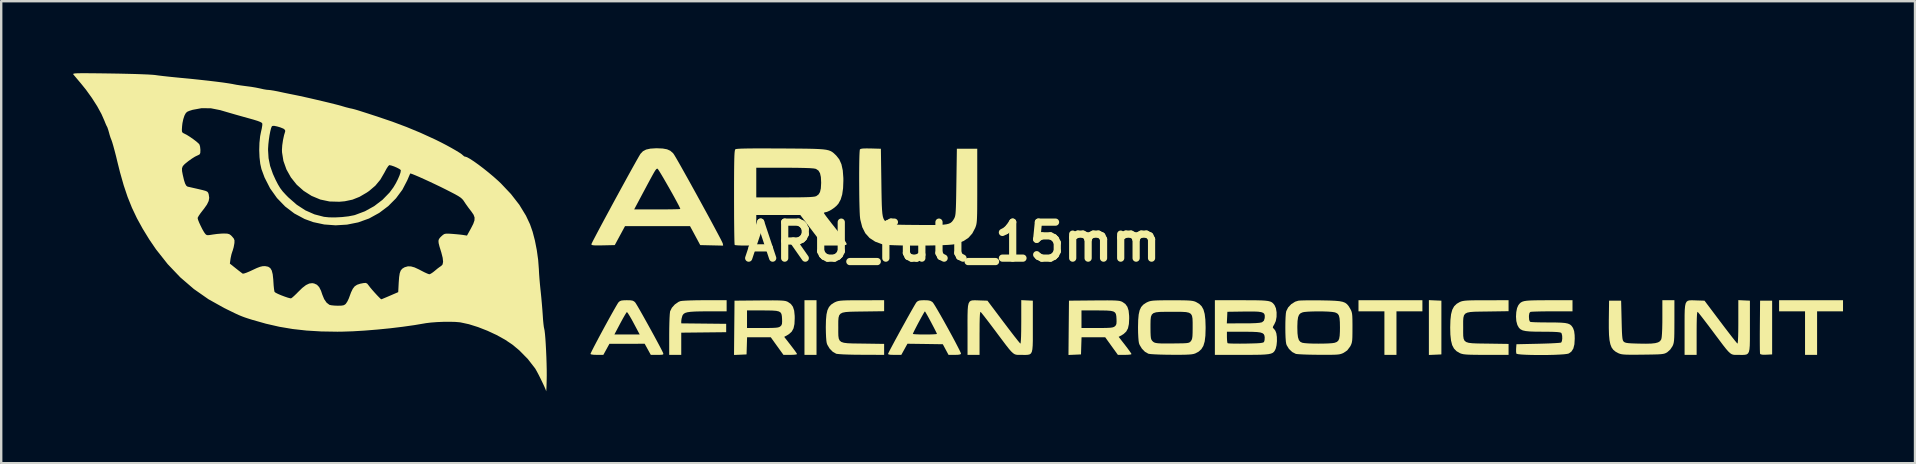
<source format=kicad_pcb>
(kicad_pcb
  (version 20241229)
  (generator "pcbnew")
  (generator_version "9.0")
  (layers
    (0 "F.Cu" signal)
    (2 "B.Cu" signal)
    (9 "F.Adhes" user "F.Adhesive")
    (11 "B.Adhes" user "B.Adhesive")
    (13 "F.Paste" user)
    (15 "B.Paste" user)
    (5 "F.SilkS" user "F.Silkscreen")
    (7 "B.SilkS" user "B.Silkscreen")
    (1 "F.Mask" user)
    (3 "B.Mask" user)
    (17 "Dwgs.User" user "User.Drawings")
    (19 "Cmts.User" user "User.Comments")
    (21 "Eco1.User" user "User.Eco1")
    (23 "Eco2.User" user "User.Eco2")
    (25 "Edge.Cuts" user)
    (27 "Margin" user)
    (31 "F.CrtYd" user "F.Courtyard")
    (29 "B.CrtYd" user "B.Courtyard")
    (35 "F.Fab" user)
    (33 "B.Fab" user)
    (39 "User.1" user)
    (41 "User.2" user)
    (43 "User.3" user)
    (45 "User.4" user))
  (footprint "ARU_full_15mm"
    (layer "F.Cu")
    (at 36.645 7.027)
    (property "Reference" "ARU_full_15mm" (at 0 0 0) (layer "F.SilkS") (effects (font (size 1.5 1.5) (thickness 0.3))))
    (attr board_only exclude_from_pos_files exclude_from_bom)
    (fp_poly (pts (xy -5.674 3.571) (xy -5.674 4.709) (xy -5.925 4.709) (xy -6.176 4.709) (xy -6.176 3.571) (xy -6.176 2.432) (xy -5.925 2.432) (xy -5.674 2.432)) (stroke (width 0) (type solid)) (fill yes) (layer "F.SilkS"))
    (fp_poly (pts (xy 20.102 2.44) (xy 20.362 2.451) (xy 20.362 3.571) (xy 20.362 4.69) (xy 20.102 4.702) (xy 19.841 4.713) (xy 19.841 3.571) (xy 19.841 2.428)) (stroke (width 0) (type solid)) (fill yes) (layer "F.SilkS"))
    (fp_poly (pts (xy 19.571 2.664) (xy 19.571 2.895) (xy 19.031 2.895) (xy 18.49 2.895) (xy 18.49 3.802) (xy 18.49 4.709) (xy 18.239 4.709) (xy 17.988 4.709) (xy 17.988 3.802) (xy 17.988 2.895) (xy 17.448 2.895) (xy 16.908 2.895) (xy 16.908 2.664) (xy 16.908 2.432) (xy 18.239 2.432) (xy 19.571 2.432)) (stroke (width 0) (type solid)) (fill yes) (layer "F.SilkS"))
    (fp_poly (pts (xy 34.143 3.571) (xy 34.143 4.69) (xy 33.902 4.702) (xy 33.752 4.703) (xy 33.667 4.687) (xy 33.64 4.663) (xy 33.636 4.612) (xy 33.632 4.495) (xy 33.63 4.321) (xy 33.629 4.101) (xy 33.629 3.846) (xy 33.631 3.565) (xy 33.631 3.532) (xy 33.641 2.451) (xy 33.892 2.451) (xy 34.143 2.451)) (stroke (width 0) (type solid)) (fill yes) (layer "F.SilkS"))
    (fp_poly (pts (xy 37.096 2.664) (xy 37.096 2.895) (xy 36.556 2.895) (xy 36.016 2.895) (xy 36.016 3.802) (xy 36.016 4.709) (xy 35.765 4.709) (xy 35.514 4.709) (xy 35.514 3.802) (xy 35.514 2.895) (xy 34.973 2.895) (xy 34.433 2.895) (xy 34.433 2.664) (xy 34.433 2.432) (xy 35.765 2.432) (xy 37.096 2.432)) (stroke (width 0) (type solid)) (fill yes) (layer "F.SilkS"))
    (fp_poly (pts (xy -9.419 2.664) (xy -9.419 2.895) (xy -10.181 2.895) (xy -10.493 2.897) (xy -10.737 2.903) (xy -10.922 2.915) (xy -11.057 2.934) (xy -11.151 2.963) (xy -11.212 3.003) (xy -11.252 3.055) (xy -11.268 3.095) (xy -11.299 3.209) (xy -11.31 3.306) (xy -11.31 3.396) (xy -10.374 3.406) (xy -9.438 3.416) (xy -9.438 3.59) (xy -9.438 3.764) (xy -10.374 3.774) (xy -11.31 3.784) (xy -11.31 4.247) (xy -11.31 4.709) (xy -11.561 4.709) (xy -11.812 4.709) (xy -11.812 3.87) (xy -11.81 3.614) (xy -11.805 3.377) (xy -11.798 3.171) (xy -11.788 3.011) (xy -11.777 2.911) (xy -11.774 2.893) (xy -11.7 2.745) (xy -11.576 2.607) (xy -11.428 2.503) (xy -11.347 2.47) (xy -11.271 2.459) (xy -11.13 2.449) (xy -10.939 2.441) (xy -10.708 2.435) (xy -10.453 2.432) (xy -10.317 2.432) (xy -9.419 2.432)) (stroke (width 0) (type solid)) (fill yes) (layer "F.SilkS"))
    (fp_poly (pts (xy 23.161 2.66) (xy 23.161 2.889) (xy 22.289 2.902) (xy 21.982 2.906) (xy 21.744 2.911) (xy 21.565 2.924) (xy 21.438 2.95) (xy 21.353 2.995) (xy 21.303 3.064) (xy 21.278 3.163) (xy 21.269 3.297) (xy 21.269 3.472) (xy 21.27 3.571) (xy 21.269 3.768) (xy 21.272 3.921) (xy 21.288 4.035) (xy 21.326 4.118) (xy 21.393 4.173) (xy 21.5 4.207) (xy 21.653 4.225) (xy 21.862 4.234) (xy 22.136 4.238) (xy 22.289 4.24) (xy 23.161 4.253) (xy 23.161 4.481) (xy 23.161 4.709) (xy 22.225 4.709) (xy 21.925 4.708) (xy 21.692 4.705) (xy 21.515 4.701) (xy 21.383 4.693) (xy 21.286 4.682) (xy 21.213 4.666) (xy 21.153 4.646) (xy 21.131 4.636) (xy 20.992 4.555) (xy 20.887 4.446) (xy 20.811 4.302) (xy 20.763 4.11) (xy 20.736 3.863) (xy 20.729 3.571) (xy 20.738 3.261) (xy 20.765 3.017) (xy 20.815 2.829) (xy 20.892 2.687) (xy 21 2.581) (xy 21.131 2.505) (xy 21.189 2.482) (xy 21.256 2.465) (xy 21.343 2.452) (xy 21.46 2.443) (xy 21.619 2.437) (xy 21.829 2.434) (xy 22.102 2.433) (xy 22.225 2.433) (xy 23.161 2.432)) (stroke (width 0) (type solid)) (fill yes) (layer "F.SilkS"))
    (fp_poly (pts (xy -2.857 2.661) (xy -2.857 2.89) (xy -3.724 2.902) (xy -4.035 2.906) (xy -4.277 2.912) (xy -4.459 2.925) (xy -4.59 2.951) (xy -4.677 2.996) (xy -4.73 3.064) (xy -4.757 3.161) (xy -4.767 3.293) (xy -4.768 3.465) (xy -4.767 3.571) (xy -4.768 3.765) (xy -4.764 3.917) (xy -4.747 4.032) (xy -4.708 4.114) (xy -4.64 4.17) (xy -4.532 4.205) (xy -4.378 4.224) (xy -4.168 4.233) (xy -3.893 4.237) (xy -3.724 4.239) (xy -2.857 4.252) (xy -2.857 4.48) (xy -2.857 4.709) (xy -3.793 4.705) (xy -4.078 4.703) (xy -4.336 4.697) (xy -4.555 4.689) (xy -4.723 4.678) (xy -4.83 4.667) (xy -4.855 4.661) (xy -4.996 4.582) (xy -5.126 4.45) (xy -5.222 4.291) (xy -5.248 4.218) (xy -5.263 4.125) (xy -5.275 3.974) (xy -5.283 3.786) (xy -5.287 3.579) (xy -5.287 3.551) (xy -5.28 3.256) (xy -5.259 3.026) (xy -5.219 2.85) (xy -5.156 2.717) (xy -5.067 2.616) (xy -4.945 2.535) (xy -4.883 2.505) (xy -4.826 2.482) (xy -4.76 2.465) (xy -4.673 2.452) (xy -4.554 2.443) (xy -4.395 2.437) (xy -4.183 2.434) (xy -3.908 2.433) (xy -3.793 2.433) (xy -2.857 2.432)) (stroke (width 0) (type solid)) (fill yes) (layer "F.SilkS"))
    (fp_poly (pts (xy -7.293 2.44) (xy -7.151 2.445) (xy -7.046 2.453) (xy -6.971 2.464) (xy -6.915 2.481) (xy -6.872 2.499) (xy -6.745 2.586) (xy -6.657 2.705) (xy -6.605 2.866) (xy -6.583 3.085) (xy -6.582 3.185) (xy -6.593 3.424) (xy -6.632 3.604) (xy -6.705 3.738) (xy -6.818 3.842) (xy -6.88 3.881) (xy -7.02 3.959) (xy -6.753 4.302) (xy -6.646 4.442) (xy -6.559 4.56) (xy -6.502 4.643) (xy -6.485 4.677) (xy -6.521 4.693) (xy -6.614 4.704) (xy -6.747 4.709) (xy -6.768 4.709) (xy -7.052 4.709) (xy -7.316 4.343) (xy -7.58 3.976) (xy -8.074 3.976) (xy -8.567 3.976) (xy -8.578 4.333) (xy -8.589 4.69) (xy -8.85 4.702) (xy -9.111 4.713) (xy -9.101 3.582) (xy -9.094 2.857) (xy -8.57 2.857) (xy -8.57 3.223) (xy -8.57 3.59) (xy -7.918 3.59) (xy -7.673 3.589) (xy -7.493 3.585) (xy -7.366 3.578) (xy -7.28 3.566) (xy -7.223 3.548) (xy -7.182 3.523) (xy -7.182 3.522) (xy -7.136 3.475) (xy -7.113 3.412) (xy -7.107 3.312) (xy -7.11 3.205) (xy -7.118 3.09) (xy -7.136 3.003) (xy -7.174 2.942) (xy -7.242 2.9) (xy -7.35 2.875) (xy -7.508 2.863) (xy -7.725 2.858) (xy -7.942 2.857) (xy -8.57 2.857) (xy -9.094 2.857) (xy -9.091 2.451) (xy -8.048 2.441) (xy -7.732 2.439) (xy -7.484 2.438)) (stroke (width 0) (type solid)) (fill yes) (layer "F.SilkS"))
    (fp_poly (pts (xy 6.642 2.44) (xy 6.785 2.445) (xy 6.889 2.453) (xy 6.964 2.464) (xy 7.02 2.481) (xy 7.063 2.499) (xy 7.191 2.586) (xy 7.278 2.705) (xy 7.33 2.866) (xy 7.352 3.085) (xy 7.354 3.185) (xy 7.342 3.424) (xy 7.303 3.604) (xy 7.23 3.738) (xy 7.118 3.842) (xy 7.055 3.881) (xy 6.915 3.959) (xy 7.183 4.302) (xy 7.29 4.442) (xy 7.376 4.56) (xy 7.433 4.643) (xy 7.45 4.677) (xy 7.415 4.693) (xy 7.321 4.704) (xy 7.189 4.709) (xy 7.167 4.709) (xy 6.883 4.709) (xy 6.619 4.343) (xy 6.355 3.976) (xy 5.862 3.976) (xy 5.369 3.976) (xy 5.357 4.333) (xy 5.346 4.69) (xy 5.085 4.702) (xy 4.824 4.713) (xy 4.834 3.582) (xy 4.841 2.857) (xy 5.366 2.857) (xy 5.366 3.223) (xy 5.366 3.59) (xy 6.018 3.59) (xy 6.263 3.589) (xy 6.442 3.585) (xy 6.569 3.578) (xy 6.655 3.566) (xy 6.712 3.548) (xy 6.753 3.523) (xy 6.753 3.522) (xy 6.799 3.475) (xy 6.822 3.412) (xy 6.828 3.312) (xy 6.825 3.205) (xy 6.817 3.09) (xy 6.799 3.003) (xy 6.761 2.942) (xy 6.693 2.9) (xy 6.585 2.875) (xy 6.427 2.863) (xy 6.21 2.858) (xy 5.993 2.857) (xy 5.366 2.857) (xy 4.841 2.857) (xy 4.845 2.451) (xy 5.887 2.441) (xy 6.203 2.439) (xy 6.451 2.438)) (stroke (width 0) (type solid)) (fill yes) (layer "F.SilkS"))
    (fp_poly (pts (xy 3.098 2.44) (xy 3.339 2.451) (xy 3.339 3.526) (xy 3.339 3.859) (xy 3.339 4.124) (xy 3.333 4.327) (xy 3.32 4.477) (xy 3.297 4.582) (xy 3.26 4.65) (xy 3.205 4.689) (xy 3.131 4.706) (xy 3.034 4.711) (xy 2.91 4.71) (xy 2.876 4.709) (xy 2.78 4.71) (xy 2.702 4.709) (xy 2.635 4.7) (xy 2.573 4.677) (xy 2.508 4.633) (xy 2.434 4.562) (xy 2.344 4.459) (xy 2.232 4.317) (xy 2.09 4.129) (xy 1.911 3.891) (xy 1.783 3.719) (xy 1.622 3.505) (xy 1.475 3.311) (xy 1.348 3.147) (xy 1.249 3.021) (xy 1.183 2.94) (xy 1.16 2.916) (xy 1.146 2.939) (xy 1.134 3.03) (xy 1.126 3.191) (xy 1.121 3.425) (xy 1.12 3.733) (xy 1.119 3.8) (xy 1.119 4.709) (xy 0.869 4.709) (xy 0.618 4.709) (xy 0.618 3.652) (xy 0.617 3.312) (xy 0.619 3.041) (xy 0.625 2.831) (xy 0.638 2.676) (xy 0.663 2.566) (xy 0.701 2.495) (xy 0.756 2.454) (xy 0.832 2.437) (xy 0.93 2.434) (xy 1.055 2.438) (xy 1.1 2.44) (xy 1.448 2.451) (xy 2.116 3.339) (xy 2.289 3.567) (xy 2.447 3.774) (xy 2.585 3.953) (xy 2.697 4.095) (xy 2.777 4.192) (xy 2.817 4.238) (xy 2.821 4.24) (xy 2.832 4.207) (xy 2.841 4.104) (xy 2.849 3.937) (xy 2.854 3.715) (xy 2.856 3.444) (xy 2.857 3.34) (xy 2.857 2.428)) (stroke (width 0) (type solid)) (fill yes) (layer "F.SilkS"))
    (fp_poly (pts (xy 32.976 2.44) (xy 33.217 2.451) (xy 33.217 3.526) (xy 33.217 3.859) (xy 33.216 4.124) (xy 33.211 4.327) (xy 33.198 4.477) (xy 33.175 4.582) (xy 33.137 4.65) (xy 33.083 4.689) (xy 33.009 4.706) (xy 32.911 4.711) (xy 32.788 4.71) (xy 32.753 4.709) (xy 32.658 4.71) (xy 32.58 4.709) (xy 32.513 4.7) (xy 32.451 4.677) (xy 32.386 4.633) (xy 32.312 4.562) (xy 32.222 4.459) (xy 32.11 4.317) (xy 31.968 4.129) (xy 31.789 3.891) (xy 31.661 3.719) (xy 31.5 3.505) (xy 31.352 3.311) (xy 31.226 3.147) (xy 31.127 3.021) (xy 31.061 2.94) (xy 31.038 2.916) (xy 31.023 2.939) (xy 31.012 3.03) (xy 31.004 3.191) (xy 30.999 3.425) (xy 30.997 3.733) (xy 30.997 3.8) (xy 30.997 4.709) (xy 30.746 4.709) (xy 30.495 4.709) (xy 30.495 3.652) (xy 30.495 3.312) (xy 30.496 3.041) (xy 30.502 2.831) (xy 30.516 2.676) (xy 30.54 2.566) (xy 30.579 2.495) (xy 30.634 2.454) (xy 30.709 2.437) (xy 30.808 2.434) (xy 30.933 2.438) (xy 30.978 2.44) (xy 31.325 2.451) (xy 31.994 3.339) (xy 32.166 3.567) (xy 32.325 3.774) (xy 32.463 3.953) (xy 32.575 4.095) (xy 32.655 4.192) (xy 32.695 4.238) (xy 32.698 4.24) (xy 32.71 4.207) (xy 32.719 4.104) (xy 32.727 3.937) (xy 32.732 3.715) (xy 32.734 3.444) (xy 32.734 3.34) (xy 32.734 2.428)) (stroke (width 0) (type solid)) (fill yes) (layer "F.SilkS"))
    (fp_poly (pts (xy -13.431 2.435) (xy -13.337 2.45) (xy -13.273 2.483) (xy -13.229 2.524) (xy -13.194 2.576) (xy -13.128 2.685) (xy -13.037 2.842) (xy -12.928 3.034) (xy -12.806 3.252) (xy -12.676 3.486) (xy -12.545 3.724) (xy -12.418 3.956) (xy -12.302 4.171) (xy -12.202 4.359) (xy -12.124 4.509) (xy -12.074 4.611) (xy -12.061 4.642) (xy -12.055 4.677) (xy -12.082 4.698) (xy -12.155 4.707) (xy -12.289 4.709) (xy -12.307 4.709) (xy -12.579 4.709) (xy -12.706 4.478) (xy -12.834 4.246) (xy -13.568 4.247) (xy -14.302 4.247) (xy -14.429 4.478) (xy -14.556 4.709) (xy -14.825 4.709) (xy -14.957 4.705) (xy -15.053 4.692) (xy -15.093 4.674) (xy -15.093 4.673) (xy -15.075 4.627) (xy -15.025 4.524) (xy -14.948 4.373) (xy -14.85 4.186) (xy -14.737 3.972) (xy -14.677 3.86) (xy -14.096 3.86) (xy -13.569 3.86) (xy -13.041 3.86) (xy -13.293 3.387) (xy -13.385 3.217) (xy -13.468 3.076) (xy -13.531 2.975) (xy -13.57 2.927) (xy -13.575 2.925) (xy -13.604 2.962) (xy -13.661 3.054) (xy -13.738 3.188) (xy -13.828 3.353) (xy -13.852 3.398) (xy -14.096 3.86) (xy -14.677 3.86) (xy -14.613 3.742) (xy -14.485 3.505) (xy -14.357 3.272) (xy -14.236 3.053) (xy -14.127 2.859) (xy -14.035 2.699) (xy -13.967 2.583) (xy -13.927 2.522) (xy -13.924 2.519) (xy -13.869 2.471) (xy -13.798 2.445) (xy -13.689 2.434) (xy -13.579 2.432)) (stroke (width 0) (type solid)) (fill yes) (layer "F.SilkS"))
    (fp_poly (pts (xy 30.071 3.308) (xy 30.07 3.593) (xy 30.068 3.813) (xy 30.064 3.978) (xy 30.056 4.1) (xy 30.044 4.19) (xy 30.028 4.259) (xy 30.005 4.318) (xy 29.991 4.348) (xy 29.896 4.489) (xy 29.774 4.599) (xy 29.769 4.602) (xy 29.719 4.63) (xy 29.668 4.652) (xy 29.602 4.668) (xy 29.513 4.68) (xy 29.388 4.688) (xy 29.217 4.693) (xy 28.989 4.697) (xy 28.758 4.7) (xy 28.472 4.703) (xy 28.253 4.703) (xy 28.087 4.701) (xy 27.966 4.694) (xy 27.876 4.683) (xy 27.808 4.667) (xy 27.749 4.645) (xy 27.732 4.638) (xy 27.616 4.574) (xy 27.524 4.497) (xy 27.453 4.398) (xy 27.402 4.267) (xy 27.367 4.096) (xy 27.346 3.876) (xy 27.338 3.598) (xy 27.338 3.254) (xy 27.339 3.203) (xy 27.349 2.451) (xy 27.6 2.451) (xy 27.851 2.451) (xy 27.871 3.27) (xy 27.878 3.547) (xy 27.885 3.756) (xy 27.894 3.909) (xy 27.905 4.016) (xy 27.919 4.086) (xy 27.938 4.131) (xy 27.959 4.158) (xy 27.997 4.185) (xy 28.055 4.206) (xy 28.147 4.22) (xy 28.285 4.23) (xy 28.482 4.237) (xy 28.596 4.24) (xy 28.886 4.244) (xy 29.109 4.238) (xy 29.274 4.22) (xy 29.391 4.188) (xy 29.468 4.141) (xy 29.515 4.076) (xy 29.527 4.047) (xy 29.542 3.965) (xy 29.554 3.817) (xy 29.563 3.615) (xy 29.568 3.37) (xy 29.569 3.179) (xy 29.569 2.432) (xy 29.82 2.432) (xy 30.071 2.432)) (stroke (width 0) (type solid)) (fill yes) (layer "F.SilkS"))
    (fp_poly (pts (xy -1.032 2.437) (xy -0.933 2.457) (xy -0.859 2.498) (xy -0.834 2.519) (xy -0.795 2.571) (xy -0.727 2.679) (xy -0.635 2.834) (xy -0.524 3.025) (xy -0.401 3.241) (xy -0.272 3.473) (xy -0.141 3.71) (xy -0.015 3.942) (xy 0.101 4.158) (xy 0.2 4.349) (xy 0.279 4.503) (xy 0.33 4.611) (xy 0.347 4.662) (xy 0.315 4.69) (xy 0.215 4.706) (xy 0.087 4.709) (xy -0.174 4.708) (xy -0.293 4.487) (xy -0.411 4.266) (xy -1.148 4.255) (xy -1.885 4.245) (xy -2.013 4.477) (xy -2.141 4.709) (xy -2.426 4.709) (xy -2.578 4.706) (xy -2.664 4.694) (xy -2.693 4.672) (xy -2.691 4.661) (xy -2.659 4.593) (xy -2.596 4.471) (xy -2.508 4.305) (xy -2.401 4.105) (xy -2.279 3.882) (xy -2.254 3.835) (xy -1.66 3.835) (xy -1.624 3.845) (xy -1.525 3.852) (xy -1.377 3.858) (xy -1.195 3.86) (xy -1.158 3.86) (xy -0.971 3.859) (xy -0.816 3.854) (xy -0.707 3.847) (xy -0.658 3.839) (xy -0.656 3.837) (xy -0.673 3.794) (xy -0.719 3.7) (xy -0.785 3.57) (xy -0.864 3.42) (xy -0.946 3.265) (xy -1.025 3.12) (xy -1.093 3) (xy -1.14 2.92) (xy -1.158 2.896) (xy -1.182 2.927) (xy -1.232 3.013) (xy -1.301 3.136) (xy -1.381 3.283) (xy -1.464 3.438) (xy -1.541 3.587) (xy -1.605 3.712) (xy -1.647 3.801) (xy -1.66 3.835) (xy -2.254 3.835) (xy -2.151 3.647) (xy -2.019 3.409) (xy -1.892 3.179) (xy -1.774 2.968) (xy -1.67 2.786) (xy -1.588 2.643) (xy -1.532 2.55) (xy -1.511 2.519) (xy -1.455 2.47) (xy -1.383 2.443) (xy -1.27 2.433) (xy -1.182 2.432)) (stroke (width 0) (type solid)) (fill yes) (layer "F.SilkS"))
    (fp_poly (pts (xy 25.825 2.664) (xy 25.825 2.895) (xy 24.979 2.895) (xy 24.728 2.896) (xy 24.501 2.899) (xy 24.31 2.904) (xy 24.167 2.909) (xy 24.085 2.916) (xy 24.071 2.919) (xy 24.03 2.963) (xy 24.012 3.062) (xy 24.01 3.127) (xy 24.02 3.255) (xy 24.05 3.322) (xy 24.071 3.335) (xy 24.128 3.342) (xy 24.249 3.349) (xy 24.419 3.354) (xy 24.627 3.357) (xy 24.845 3.358) (xy 25.132 3.36) (xy 25.351 3.367) (xy 25.516 3.381) (xy 25.635 3.406) (xy 25.721 3.444) (xy 25.783 3.497) (xy 25.833 3.568) (xy 25.851 3.6) (xy 25.893 3.717) (xy 25.914 3.882) (xy 25.918 4.034) (xy 25.904 4.271) (xy 25.859 4.447) (xy 25.779 4.572) (xy 25.671 4.651) (xy 25.598 4.669) (xy 25.465 4.685) (xy 25.285 4.697) (xy 25.068 4.707) (xy 24.827 4.713) (xy 24.575 4.715) (xy 24.323 4.715) (xy 24.084 4.711) (xy 23.869 4.704) (xy 23.691 4.694) (xy 23.562 4.68) (xy 23.493 4.663) (xy 23.486 4.656) (xy 23.475 4.586) (xy 23.475 4.475) (xy 23.477 4.434) (xy 23.489 4.266) (xy 24.396 4.246) (xy 24.655 4.239) (xy 24.889 4.231) (xy 25.087 4.221) (xy 25.238 4.211) (xy 25.33 4.201) (xy 25.352 4.196) (xy 25.383 4.137) (xy 25.398 4.035) (xy 25.395 3.92) (xy 25.374 3.825) (xy 25.354 3.791) (xy 25.306 3.773) (xy 25.202 3.759) (xy 25.035 3.75) (xy 24.8 3.745) (xy 24.572 3.744) (xy 24.277 3.742) (xy 24.049 3.734) (xy 23.877 3.717) (xy 23.751 3.689) (xy 23.661 3.645) (xy 23.596 3.584) (xy 23.547 3.502) (xy 23.522 3.446) (xy 23.484 3.298) (xy 23.471 3.116) (xy 23.482 2.928) (xy 23.515 2.76) (xy 23.569 2.639) (xy 23.571 2.637) (xy 23.618 2.577) (xy 23.666 2.531) (xy 23.727 2.496) (xy 23.808 2.47) (xy 23.919 2.453) (xy 24.071 2.442) (xy 24.272 2.436) (xy 24.532 2.433) (xy 24.831 2.432) (xy 25.825 2.432)) (stroke (width 0) (type solid)) (fill yes) (layer "F.SilkS"))
    (fp_poly (pts (xy -12.081 -3.889) (xy -11.902 -3.856) (xy -11.767 -3.796) (xy -11.658 -3.701) (xy -11.634 -3.673) (xy -11.596 -3.614) (xy -11.526 -3.497) (xy -11.429 -3.329) (xy -11.309 -3.118) (xy -11.171 -2.871) (xy -11.017 -2.596) (xy -10.854 -2.301) (xy -10.684 -1.994) (xy -10.513 -1.682) (xy -10.344 -1.373) (xy -10.181 -1.075) (xy -10.03 -0.796) (xy -9.894 -0.542) (xy -9.777 -0.323) (xy -9.683 -0.145) (xy -9.618 -0.016) (xy -9.585 0.055) (xy -9.581 0.065) (xy -9.564 0.157) (xy -10.041 0.146) (xy -10.519 0.135) (xy -10.731 -0.26) (xy -10.944 -0.654) (xy -12.298 -0.655) (xy -13.652 -0.656) (xy -13.866 -0.261) (xy -14.08 0.135) (xy -14.567 0.146) (xy -14.772 0.149) (xy -14.912 0.147) (xy -14.998 0.14) (xy -15.042 0.125) (xy -15.055 0.102) (xy -15.055 0.1) (xy -15.037 0.057) (xy -14.986 -0.045) (xy -14.905 -0.2) (xy -14.8 -0.4) (xy -14.674 -0.637) (xy -14.531 -0.904) (xy -14.375 -1.193) (xy -14.289 -1.351) (xy -13.272 -1.351) (xy -12.311 -1.351) (xy -12.047 -1.352) (xy -11.811 -1.354) (xy -11.614 -1.357) (xy -11.464 -1.361) (xy -11.373 -1.366) (xy -11.349 -1.37) (xy -11.367 -1.419) (xy -11.417 -1.521) (xy -11.494 -1.666) (xy -11.589 -1.842) (xy -11.698 -2.039) (xy -11.814 -2.244) (xy -11.931 -2.448) (xy -12.041 -2.639) (xy -12.14 -2.806) (xy -12.22 -2.937) (xy -12.276 -3.022) (xy -12.3 -3.05) (xy -12.321 -3.047) (xy -12.342 -3.036) (xy -12.369 -3.007) (xy -12.406 -2.954) (xy -12.456 -2.87) (xy -12.526 -2.745) (xy -12.619 -2.574) (xy -12.74 -2.349) (xy -12.866 -2.113) (xy -13.272 -1.351) (xy -14.289 -1.351) (xy -14.211 -1.497) (xy -14.042 -1.808) (xy -13.873 -2.118) (xy -13.707 -2.421) (xy -13.55 -2.708) (xy -13.404 -2.972) (xy -13.274 -3.205) (xy -13.165 -3.4) (xy -13.08 -3.549) (xy -13.023 -3.645) (xy -13.005 -3.672) (xy -12.907 -3.775) (xy -12.775 -3.845) (xy -12.598 -3.884) (xy -12.361 -3.899) (xy -12.319 -3.899)) (stroke (width 0) (type solid)) (fill yes) (layer "F.SilkS"))
    (fp_poly (pts (xy 12.034 2.432) (xy 12.374 2.433) (xy 12.646 2.435) (xy 12.859 2.44) (xy 13.021 2.45) (xy 13.142 2.465) (xy 13.23 2.487) (xy 13.294 2.517) (xy 13.344 2.557) (xy 13.388 2.608) (xy 13.41 2.637) (xy 13.468 2.767) (xy 13.496 2.939) (xy 13.494 3.127) (xy 13.462 3.301) (xy 13.401 3.435) (xy 13.4 3.437) (xy 13.351 3.52) (xy 13.339 3.576) (xy 13.344 3.585) (xy 13.391 3.632) (xy 13.445 3.705) (xy 13.485 3.809) (xy 13.507 3.962) (xy 13.51 4.137) (xy 13.494 4.307) (xy 13.46 4.447) (xy 13.456 4.457) (xy 13.424 4.525) (xy 13.387 4.58) (xy 13.337 4.623) (xy 13.264 4.655) (xy 13.161 4.678) (xy 13.019 4.693) (xy 12.83 4.703) (xy 12.586 4.707) (xy 12.278 4.709) (xy 12.046 4.709) (xy 10.924 4.709) (xy 10.924 3.744) (xy 11.426 3.744) (xy 11.426 3.97) (xy 11.431 4.096) (xy 11.442 4.189) (xy 11.454 4.223) (xy 11.5 4.231) (xy 11.61 4.237) (xy 11.773 4.24) (xy 11.975 4.241) (xy 12.204 4.239) (xy 12.208 4.239) (xy 12.471 4.233) (xy 12.667 4.227) (xy 12.805 4.218) (xy 12.895 4.205) (xy 12.948 4.189) (xy 12.972 4.169) (xy 12.995 4.092) (xy 13 3.985) (xy 13 3.977) (xy 12.988 3.902) (xy 12.96 3.845) (xy 12.905 3.804) (xy 12.815 3.775) (xy 12.68 3.758) (xy 12.49 3.749) (xy 12.236 3.745) (xy 12.111 3.745) (xy 11.426 3.744) (xy 10.924 3.744) (xy 10.924 3.571) (xy 10.924 3.397) (xy 11.422 3.397) (xy 12.109 3.396) (xy 12.407 3.394) (xy 12.631 3.386) (xy 12.788 3.372) (xy 12.88 3.353) (xy 12.893 3.347) (xy 12.967 3.285) (xy 12.999 3.18) (xy 13.001 3.157) (xy 13.003 3.072) (xy 12.985 3.007) (xy 12.94 2.96) (xy 12.858 2.929) (xy 12.73 2.91) (xy 12.548 2.902) (xy 12.302 2.902) (xy 12.136 2.904) (xy 11.445 2.914) (xy 11.434 3.156) (xy 11.422 3.397) (xy 10.924 3.397) (xy 10.924 2.432)) (stroke (width 0) (type solid)) (fill yes) (layer "F.SilkS"))
    (fp_poly (pts (xy -3.413 -3.891) (xy -2.992 -3.879) (xy -2.972 -2.49) (xy -2.967 -2.106) (xy -2.961 -1.791) (xy -2.954 -1.538) (xy -2.944 -1.339) (xy -2.931 -1.185) (xy -2.913 -1.069) (xy -2.889 -0.983) (xy -2.858 -0.92) (xy -2.82 -0.87) (xy -2.771 -0.827) (xy -2.728 -0.795) (xy -2.694 -0.772) (xy -2.654 -0.754) (xy -2.6 -0.739) (xy -2.523 -0.729) (xy -2.413 -0.721) (xy -2.263 -0.715) (xy -2.062 -0.71) (xy -1.802 -0.707) (xy -1.475 -0.704) (xy -1.454 -0.704) (xy -1.095 -0.701) (xy -0.804 -0.701) (xy -0.574 -0.705) (xy -0.395 -0.715) (xy -0.26 -0.732) (xy -0.159 -0.757) (xy -0.085 -0.793) (xy -0.03 -0.84) (xy 0.017 -0.9) (xy 0.057 -0.965) (xy 0.077 -1.004) (xy 0.094 -1.05) (xy 0.108 -1.109) (xy 0.119 -1.19) (xy 0.127 -1.302) (xy 0.134 -1.452) (xy 0.14 -1.649) (xy 0.145 -1.9) (xy 0.15 -2.215) (xy 0.154 -2.49) (xy 0.174 -3.879) (xy 0.598 -3.879) (xy 1.023 -3.879) (xy 1.023 -2.335) (xy 1.023 -1.949) (xy 1.022 -1.632) (xy 1.021 -1.376) (xy 1.018 -1.172) (xy 1.013 -1.014) (xy 1.007 -0.893) (xy 0.998 -0.801) (xy 0.986 -0.729) (xy 0.971 -0.671) (xy 0.952 -0.617) (xy 0.937 -0.579) (xy 0.817 -0.35) (xy 0.659 -0.171) (xy 0.452 -0.034) (xy 0.185 0.07) (xy 0.095 0.095) (xy -0.01 0.112) (xy -0.179 0.126) (xy -0.401 0.137) (xy -0.664 0.146) (xy -0.957 0.152) (xy -1.266 0.155) (xy -1.582 0.156) (xy -1.891 0.154) (xy -2.182 0.149) (xy -2.444 0.141) (xy -2.664 0.131) (xy -2.831 0.118) (xy -2.933 0.102) (xy -2.934 0.101) (xy -3.229 -0.008) (xy -3.463 -0.16) (xy -3.642 -0.36) (xy -3.769 -0.613) (xy -3.849 -0.925) (xy -3.858 -0.986) (xy -3.868 -1.089) (xy -3.876 -1.25) (xy -3.883 -1.46) (xy -3.889 -1.706) (xy -3.893 -1.979) (xy -3.895 -2.267) (xy -3.897 -2.561) (xy -3.897 -2.848) (xy -3.895 -3.119) (xy -3.892 -3.363) (xy -3.887 -3.569) (xy -3.88 -3.727) (xy -3.872 -3.825) (xy -3.866 -3.852) (xy -3.827 -3.875) (xy -3.741 -3.889) (xy -3.596 -3.893)) (stroke (width 0) (type solid)) (fill yes) (layer "F.SilkS"))
    (fp_poly (pts (xy 9.414 2.434) (xy 9.633 2.437) (xy 9.798 2.442) (xy 9.92 2.451) (xy 10.01 2.464) (xy 10.079 2.482) (xy 10.136 2.505) (xy 10.272 2.584) (xy 10.375 2.687) (xy 10.45 2.824) (xy 10.5 3.006) (xy 10.528 3.243) (xy 10.538 3.543) (xy 10.538 3.604) (xy 10.529 3.909) (xy 10.5 4.149) (xy 10.445 4.333) (xy 10.361 4.472) (xy 10.244 4.577) (xy 10.105 4.65) (xy 10.041 4.67) (xy 9.955 4.686) (xy 9.835 4.696) (xy 9.672 4.703) (xy 9.455 4.706) (xy 9.173 4.706) (xy 9.121 4.705) (xy 8.86 4.702) (xy 8.621 4.696) (xy 8.417 4.687) (xy 8.261 4.677) (xy 8.166 4.664) (xy 8.153 4.661) (xy 8.012 4.582) (xy 7.883 4.45) (xy 7.787 4.291) (xy 7.761 4.218) (xy 7.746 4.125) (xy 7.734 3.974) (xy 7.725 3.786) (xy 7.722 3.579) (xy 7.722 3.551) (xy 7.725 3.424) (xy 8.241 3.424) (xy 8.241 3.568) (xy 8.243 3.774) (xy 8.249 3.917) (xy 8.26 4.013) (xy 8.28 4.076) (xy 8.31 4.121) (xy 8.313 4.124) (xy 8.353 4.164) (xy 8.399 4.193) (xy 8.463 4.213) (xy 8.555 4.226) (xy 8.687 4.233) (xy 8.87 4.235) (xy 9.116 4.234) (xy 9.2 4.233) (xy 9.439 4.23) (xy 9.612 4.227) (xy 9.732 4.22) (xy 9.812 4.209) (xy 9.863 4.191) (xy 9.897 4.166) (xy 9.924 4.136) (xy 9.956 4.087) (xy 9.977 4.023) (xy 9.99 3.929) (xy 9.996 3.79) (xy 9.998 3.589) (xy 9.998 3.571) (xy 9.998 3.358) (xy 9.992 3.197) (xy 9.971 3.081) (xy 9.925 3.002) (xy 9.845 2.953) (xy 9.722 2.926) (xy 9.545 2.916) (xy 9.307 2.914) (xy 9.134 2.914) (xy 8.849 2.915) (xy 8.633 2.919) (xy 8.475 2.935) (xy 8.366 2.97) (xy 8.298 3.029) (xy 8.26 3.12) (xy 8.245 3.249) (xy 8.241 3.424) (xy 7.725 3.424) (xy 7.729 3.256) (xy 7.75 3.026) (xy 7.79 2.85) (xy 7.852 2.717) (xy 7.942 2.616) (xy 8.064 2.535) (xy 8.126 2.505) (xy 8.186 2.481) (xy 8.256 2.463) (xy 8.347 2.45) (xy 8.472 2.442) (xy 8.64 2.437) (xy 8.865 2.434) (xy 9.129 2.434)) (stroke (width 0) (type solid)) (fill yes) (layer "F.SilkS"))
    (fp_poly (pts (xy 15.331 2.438) (xy 15.383 2.439) (xy 15.688 2.445) (xy 15.927 2.455) (xy 16.11 2.471) (xy 16.247 2.498) (xy 16.349 2.537) (xy 16.426 2.593) (xy 16.49 2.667) (xy 16.55 2.764) (xy 16.56 2.781) (xy 16.597 2.85) (xy 16.622 2.916) (xy 16.64 2.993) (xy 16.65 3.096) (xy 16.655 3.24) (xy 16.657 3.438) (xy 16.657 3.571) (xy 16.656 3.804) (xy 16.653 3.976) (xy 16.646 4.099) (xy 16.632 4.188) (xy 16.611 4.258) (xy 16.581 4.324) (xy 16.56 4.362) (xy 16.438 4.523) (xy 16.291 4.623) (xy 16.231 4.651) (xy 16.171 4.672) (xy 16.1 4.688) (xy 16.005 4.698) (xy 15.875 4.704) (xy 15.7 4.706) (xy 15.466 4.707) (xy 15.268 4.706) (xy 15.012 4.703) (xy 14.775 4.698) (xy 14.571 4.69) (xy 14.413 4.681) (xy 14.314 4.671) (xy 14.295 4.667) (xy 14.145 4.59) (xy 14.011 4.461) (xy 13.917 4.307) (xy 13.898 4.254) (xy 13.881 4.149) (xy 13.869 3.987) (xy 13.862 3.786) (xy 13.86 3.571) (xy 14.36 3.571) (xy 14.366 3.807) (xy 14.387 3.977) (xy 14.425 4.093) (xy 14.486 4.166) (xy 14.566 4.204) (xy 14.665 4.22) (xy 14.822 4.232) (xy 15.018 4.239) (xy 15.234 4.241) (xy 15.45 4.239) (xy 15.648 4.233) (xy 15.809 4.222) (xy 15.913 4.206) (xy 15.915 4.205) (xy 16.002 4.172) (xy 16.063 4.121) (xy 16.102 4.04) (xy 16.124 3.915) (xy 16.134 3.735) (xy 16.136 3.571) (xy 16.132 3.344) (xy 16.119 3.182) (xy 16.092 3.072) (xy 16.047 3.002) (xy 15.978 2.958) (xy 15.915 2.936) (xy 15.808 2.919) (xy 15.643 2.906) (xy 15.441 2.899) (xy 15.222 2.897) (xy 15.006 2.9) (xy 14.812 2.908) (xy 14.66 2.921) (xy 14.585 2.935) (xy 14.495 2.974) (xy 14.431 3.039) (xy 14.39 3.144) (xy 14.368 3.299) (xy 14.36 3.516) (xy 14.36 3.571) (xy 13.86 3.571) (xy 13.86 3.567) (xy 13.862 3.347) (xy 13.869 3.148) (xy 13.881 2.988) (xy 13.898 2.889) (xy 13.976 2.734) (xy 14.107 2.595) (xy 14.269 2.493) (xy 14.405 2.451) (xy 14.494 2.444) (xy 14.646 2.439) (xy 14.846 2.436) (xy 15.079 2.436)) (stroke (width 0) (type solid)) (fill yes) (layer "F.SilkS"))
    (fp_poly (pts (xy -7.711 -3.893) (xy -7.269 -3.891) (xy -7.155 -3.891) (xy -6.71 -3.888) (xy -6.336 -3.885) (xy -6.025 -3.881) (xy -5.77 -3.875) (xy -5.565 -3.866) (xy -5.401 -3.854) (xy -5.272 -3.837) (xy -5.172 -3.814) (xy -5.092 -3.785) (xy -5.026 -3.749) (xy -4.967 -3.704) (xy -4.909 -3.65) (xy -4.853 -3.597) (xy -4.726 -3.437) (xy -4.636 -3.234) (xy -4.58 -2.978) (xy -4.556 -2.661) (xy -4.555 -2.552) (xy -4.567 -2.232) (xy -4.604 -1.973) (xy -4.668 -1.762) (xy -4.763 -1.589) (xy -4.854 -1.489) (xy -4.979 -1.389) (xy -5.115 -1.303) (xy -5.239 -1.248) (xy -5.303 -1.235) (xy -5.358 -1.218) (xy -5.366 -1.201) (xy -5.343 -1.162) (xy -5.278 -1.072) (xy -5.179 -0.942) (xy -5.054 -0.78) (xy -4.909 -0.598) (xy -4.88 -0.561) (xy -4.714 -0.35) (xy -4.58 -0.171) (xy -4.482 -0.032) (xy -4.427 0.061) (xy -4.416 0.099) (xy -4.441 0.123) (xy -4.502 0.14) (xy -4.61 0.149) (xy -4.777 0.154) (xy -4.911 0.154) (xy -5.385 0.154) (xy -5.867 -0.482) (xy -6.35 -1.118) (xy -7.267 -1.118) (xy -8.184 -1.119) (xy -8.184 -0.544) (xy -8.185 -0.336) (xy -8.189 -0.154) (xy -8.196 -0.011) (xy -8.203 0.076) (xy -8.207 0.093) (xy -8.23 0.121) (xy -8.283 0.139) (xy -8.38 0.15) (xy -8.532 0.154) (xy -8.645 0.154) (xy -8.816 0.152) (xy -8.958 0.146) (xy -9.053 0.137) (xy -9.084 0.129) (xy -9.089 0.086) (xy -9.094 -0.026) (xy -9.098 -0.201) (xy -9.102 -0.431) (xy -9.105 -0.708) (xy -9.108 -1.026) (xy -9.109 -1.377) (xy -9.11 -1.753) (xy -9.11 -1.855) (xy -9.11 -2.304) (xy -9.109 -2.682) (xy -9.107 -2.995) (xy -9.106 -3.088) (xy -8.184 -3.088) (xy -8.184 -2.471) (xy -8.184 -1.853) (xy -6.985 -1.853) (xy -6.632 -1.854) (xy -6.349 -1.856) (xy -6.127 -1.86) (xy -5.958 -1.866) (xy -5.836 -1.875) (xy -5.751 -1.886) (xy -5.695 -1.901) (xy -5.68 -1.908) (xy -5.588 -1.976) (xy -5.528 -2.078) (xy -5.494 -2.226) (xy -5.482 -2.433) (xy -5.481 -2.474) (xy -5.492 -2.699) (xy -5.528 -2.86) (xy -5.593 -2.969) (xy -5.692 -3.036) (xy -5.718 -3.045) (xy -5.8 -3.059) (xy -5.956 -3.071) (xy -6.184 -3.079) (xy -6.48 -3.085) (xy -6.842 -3.088) (xy -7.012 -3.088) (xy -8.184 -3.088) (xy -9.106 -3.088) (xy -9.104 -3.248) (xy -9.1 -3.449) (xy -9.095 -3.601) (xy -9.088 -3.712) (xy -9.079 -3.788) (xy -9.069 -3.834) (xy -9.057 -3.856) (xy -9.056 -3.857) (xy -9.02 -3.868) (xy -8.94 -3.877) (xy -8.811 -3.884) (xy -8.628 -3.889) (xy -8.386 -3.892) (xy -8.082 -3.894)) (stroke (width 0) (type solid)) (fill yes) (layer "F.SilkS"))
    (fp_poly (pts (xy -36.045 -7.026) (xy -35.782 -7.024) (xy -35.454 -7.02) (xy -35.089 -7.015) (xy -34.725 -7.009) (xy -34.377 -7.001) (xy -34.057 -6.993) (xy -33.773 -6.983) (xy -33.535 -6.973) (xy -33.352 -6.962) (xy -33.235 -6.952) (xy -33.217 -6.949) (xy -33.094 -6.932) (xy -32.912 -6.91) (xy -32.686 -6.885) (xy -32.433 -6.859) (xy -32.171 -6.833) (xy -32.136 -6.83) (xy -31.748 -6.793) (xy -31.37 -6.753) (xy -31.014 -6.714) (xy -30.689 -6.675) (xy -30.407 -6.639) (xy -30.177 -6.605) (xy -30.009 -6.577) (xy -29.966 -6.568) (xy -29.841 -6.544) (xy -29.671 -6.518) (xy -29.484 -6.493) (xy -29.422 -6.485) (xy -29.231 -6.46) (xy -29.04 -6.428) (xy -28.881 -6.396) (xy -28.845 -6.388) (xy -28.703 -6.356) (xy -28.574 -6.335) (xy -28.514 -6.331) (xy -28.425 -6.322) (xy -28.286 -6.3) (xy -28.123 -6.269) (xy -28.068 -6.257) (xy -27.86 -6.212) (xy -27.626 -6.164) (xy -27.417 -6.122) (xy -27.407 -6.12) (xy -27.232 -6.084) (xy -27.012 -6.036) (xy -26.764 -5.98) (xy -26.501 -5.919) (xy -26.237 -5.857) (xy -25.987 -5.797) (xy -25.766 -5.742) (xy -25.586 -5.696) (xy -25.463 -5.662) (xy -25.439 -5.654) (xy -25.285 -5.609) (xy -25.124 -5.568) (xy -25.091 -5.561) (xy -25.032 -5.549) (xy -24.975 -5.535) (xy -24.91 -5.518) (xy -24.827 -5.494) (xy -24.717 -5.46) (xy -24.568 -5.412) (xy -24.37 -5.349) (xy -24.113 -5.265) (xy -23.991 -5.226) (xy -23.349 -5.008) (xy -22.754 -4.785) (xy -22.18 -4.547) (xy -21.596 -4.28) (xy -21.522 -4.245) (xy -21.309 -4.139) (xy -21.094 -4.027) (xy -20.89 -3.915) (xy -20.707 -3.81) (xy -20.557 -3.719) (xy -20.454 -3.648) (xy -20.409 -3.607) (xy -20.347 -3.557) (xy -20.315 -3.551) (xy -20.237 -3.527) (xy -20.112 -3.458) (xy -19.949 -3.352) (xy -19.76 -3.217) (xy -19.553 -3.06) (xy -19.339 -2.889) (xy -19.128 -2.712) (xy -18.929 -2.535) (xy -18.825 -2.436) (xy -18.405 -1.992) (xy -18.058 -1.546) (xy -17.781 -1.092) (xy -17.612 -0.733) (xy -17.503 -0.421) (xy -17.407 -0.054) (xy -17.329 0.344) (xy -17.272 0.752) (xy -17.242 1.148) (xy -17.24 1.197) (xy -17.232 1.345) (xy -17.217 1.546) (xy -17.197 1.775) (xy -17.174 2.006) (xy -17.169 2.046) (xy -17.143 2.299) (xy -17.118 2.575) (xy -17.096 2.842) (xy -17.08 3.066) (xy -17.08 3.068) (xy -17.067 3.257) (xy -17.051 3.424) (xy -17.035 3.55) (xy -17.021 3.615) (xy -17.005 3.694) (xy -16.988 3.837) (xy -16.971 4.032) (xy -16.956 4.265) (xy -16.942 4.525) (xy -16.93 4.797) (xy -16.921 5.07) (xy -16.915 5.331) (xy -16.914 5.566) (xy -16.916 5.713) (xy -16.921 5.906) (xy -16.926 6.064) (xy -16.932 6.174) (xy -16.936 6.224) (xy -16.938 6.224) (xy -16.961 6.154) (xy -17.012 6.034) (xy -17.083 5.882) (xy -17.164 5.714) (xy -17.247 5.548) (xy -17.324 5.403) (xy -17.385 5.295) (xy -17.401 5.27) (xy -17.703 4.882) (xy -18.059 4.52) (xy -18.348 4.28) (xy -18.651 4.077) (xy -19.004 3.882) (xy -19.386 3.704) (xy -19.777 3.551) (xy -20.156 3.432) (xy -20.502 3.357) (xy -20.535 3.352) (xy -20.717 3.336) (xy -20.952 3.33) (xy -21.216 3.332) (xy -21.486 3.343) (xy -21.737 3.362) (xy -21.945 3.387) (xy -21.995 3.396) (xy -22.428 3.469) (xy -22.915 3.538) (xy -23.435 3.601) (xy -23.968 3.654) (xy -24.496 3.697) (xy -24.997 3.727) (xy -25.452 3.742) (xy -25.639 3.744) (xy -26.309 3.733) (xy -26.923 3.696) (xy -27.5 3.632) (xy -28.057 3.538) (xy -28.612 3.411) (xy -29.183 3.249) (xy -29.222 3.237) (xy -29.374 3.189) (xy -29.5 3.147) (xy -29.614 3.104) (xy -29.732 3.056) (xy -29.868 2.994) (xy -30.037 2.912) (xy -30.254 2.806) (xy -30.356 2.755) (xy -31.009 2.391) (xy -31.617 1.966) (xy -32.183 1.479) (xy -32.708 0.928) (xy -33.195 0.312) (xy -33.475 -0.099) (xy -33.751 -0.549) (xy -33.99 -0.984) (xy -34.197 -1.42) (xy -34.379 -1.873) (xy -34.542 -2.36) (xy -34.694 -2.896) (xy -34.8 -3.32) (xy -34.859 -3.565) (xy -34.918 -3.792) (xy -34.972 -3.99) (xy -35.017 -4.144) (xy -35.05 -4.241) (xy -35.058 -4.259) (xy -35.088 -4.334) (xy -35.126 -4.454) (xy -35.151 -4.546) (xy -35.187 -4.671) (xy -35.19 -4.679) (xy -32.117 -4.679) (xy -32.113 -4.598) (xy -32.091 -4.553) (xy -32.045 -4.523) (xy -32.016 -4.51) (xy -31.909 -4.455) (xy -31.777 -4.372) (xy -31.639 -4.276) (xy -31.514 -4.181) (xy -31.422 -4.1) (xy -31.384 -4.054) (xy -31.359 -3.97) (xy -31.346 -3.85) (xy -31.345 -3.813) (xy -31.35 -3.705) (xy -31.377 -3.646) (xy -31.444 -3.609) (xy -31.476 -3.596) (xy -31.57 -3.55) (xy -31.698 -3.47) (xy -31.836 -3.372) (xy -31.862 -3.352) (xy -31.997 -3.243) (xy -32.078 -3.155) (xy -32.112 -3.065) (xy -32.11 -2.95) (xy -32.079 -2.786) (xy -32.077 -2.779) (xy -32.028 -2.57) (xy -31.982 -2.428) (xy -31.934 -2.341) (xy -31.882 -2.302) (xy -31.869 -2.298) (xy -31.798 -2.283) (xy -31.672 -2.254) (xy -31.513 -2.218) (xy -31.412 -2.195) (xy -31.24 -2.154) (xy -31.129 -2.123) (xy -31.063 -2.093) (xy -31.027 -2.055) (xy -31.006 -2.002) (xy -30.997 -1.968) (xy -30.978 -1.834) (xy -31.001 -1.701) (xy -31.072 -1.554) (xy -31.195 -1.379) (xy -31.246 -1.315) (xy -31.343 -1.189) (xy -31.417 -1.081) (xy -31.457 -1.006) (xy -31.46 -0.99) (xy -31.443 -0.918) (xy -31.397 -0.802) (xy -31.333 -0.664) (xy -31.263 -0.524) (xy -31.195 -0.407) (xy -31.157 -0.352) (xy -31.115 -0.304) (xy -31.069 -0.28) (xy -30.999 -0.279) (xy -30.881 -0.296) (xy -30.836 -0.304) (xy -30.659 -0.328) (xy -30.471 -0.344) (xy -30.363 -0.347) (xy -30.23 -0.343) (xy -30.143 -0.321) (xy -30.073 -0.272) (xy -30.025 -0.223) (xy -29.954 -0.138) (xy -29.925 -0.063) (xy -29.927 0.04) (xy -29.933 0.083) (xy -29.96 0.227) (xy -29.999 0.363) (xy -30.012 0.397) (xy -30.051 0.518) (xy -30.083 0.665) (xy -30.092 0.717) (xy -30.117 0.907) (xy -29.872 1.102) (xy -29.752 1.197) (xy -29.651 1.274) (xy -29.589 1.32) (xy -29.582 1.325) (xy -29.53 1.32) (xy -29.427 1.286) (xy -29.288 1.228) (xy -29.177 1.176) (xy -28.995 1.091) (xy -28.861 1.04) (xy -28.755 1.015) (xy -28.658 1.011) (xy -28.644 1.012) (xy -28.524 1.035) (xy -28.435 1.092) (xy -28.373 1.193) (xy -28.333 1.349) (xy -28.309 1.568) (xy -28.304 1.654) (xy -28.293 1.821) (xy -28.278 1.964) (xy -28.262 2.061) (xy -28.254 2.087) (xy -28.208 2.121) (xy -28.109 2.171) (xy -27.979 2.226) (xy -27.837 2.28) (xy -27.705 2.325) (xy -27.603 2.351) (xy -27.57 2.355) (xy -27.527 2.328) (xy -27.446 2.258) (xy -27.34 2.157) (xy -27.285 2.1) (xy -27.101 1.92) (xy -26.946 1.801) (xy -26.811 1.737) (xy -26.686 1.721) (xy -26.605 1.735) (xy -26.489 1.788) (xy -26.397 1.885) (xy -26.32 2.037) (xy -26.267 2.195) (xy -26.189 2.386) (xy -26.087 2.534) (xy -25.972 2.622) (xy -25.964 2.626) (xy -25.884 2.643) (xy -25.756 2.656) (xy -25.623 2.661) (xy -25.476 2.658) (xy -25.381 2.643) (xy -25.318 2.61) (xy -25.286 2.58) (xy -25.226 2.492) (xy -25.166 2.369) (xy -25.147 2.319) (xy -25.069 2.107) (xy -24.996 1.956) (xy -24.917 1.854) (xy -24.817 1.788) (xy -24.685 1.744) (xy -24.551 1.718) (xy -24.457 1.711) (xy -24.395 1.74) (xy -24.33 1.822) (xy -24.33 1.822) (xy -24.273 1.897) (xy -24.188 1.999) (xy -24.087 2.113) (xy -23.984 2.225) (xy -23.894 2.318) (xy -23.83 2.379) (xy -23.808 2.393) (xy -23.768 2.379) (xy -23.674 2.34) (xy -23.541 2.284) (xy -23.448 2.244) (xy -23.103 2.095) (xy -23.082 1.694) (xy -23.065 1.47) (xy -23.04 1.309) (xy -23 1.198) (xy -22.939 1.122) (xy -22.854 1.068) (xy -22.824 1.055) (xy -22.701 1.02) (xy -22.573 1.023) (xy -22.422 1.065) (xy -22.234 1.152) (xy -22.147 1.198) (xy -22.009 1.269) (xy -21.892 1.322) (xy -21.817 1.349) (xy -21.806 1.351) (xy -21.744 1.327) (xy -21.651 1.265) (xy -21.574 1.203) (xy -21.465 1.112) (xy -21.365 1.038) (xy -21.318 1.008) (xy -21.255 0.943) (xy -21.233 0.831) (xy -21.25 0.665) (xy -21.307 0.441) (xy -21.324 0.386) (xy -21.384 0.192) (xy -21.418 0.055) (xy -21.426 -0.041) (xy -21.407 -0.113) (xy -21.361 -0.176) (xy -21.308 -0.229) (xy -21.238 -0.291) (xy -21.179 -0.327) (xy -21.108 -0.342) (xy -21.003 -0.342) (xy -20.864 -0.333) (xy -20.692 -0.319) (xy -20.528 -0.303) (xy -20.405 -0.288) (xy -20.397 -0.286) (xy -20.238 -0.261) (xy -20.072 -0.561) (xy -19.976 -0.749) (xy -19.926 -0.893) (xy -19.921 -1.013) (xy -19.962 -1.128) (xy -20.05 -1.257) (xy -20.073 -1.287) (xy -20.181 -1.428) (xy -20.289 -1.579) (xy -20.349 -1.669) (xy -20.394 -1.736) (xy -20.445 -1.793) (xy -20.511 -1.849) (xy -20.604 -1.91) (xy -20.735 -1.984) (xy -20.916 -2.078) (xy -21.108 -2.176) (xy -21.331 -2.287) (xy -21.565 -2.399) (xy -21.798 -2.509) (xy -22.02 -2.611) (xy -22.22 -2.701) (xy -22.389 -2.773) (xy -22.515 -2.824) (xy -22.588 -2.848) (xy -22.602 -2.848) (xy -22.62 -2.81) (xy -22.66 -2.718) (xy -22.714 -2.591) (xy -22.728 -2.559) (xy -22.929 -2.173) (xy -23.196 -1.813) (xy -23.52 -1.488) (xy -23.892 -1.208) (xy -24.303 -0.981) (xy -24.335 -0.967) (xy -24.771 -0.811) (xy -25.235 -0.718) (xy -25.712 -0.689) (xy -26.186 -0.724) (xy -26.644 -0.822) (xy -27.002 -0.952) (xy -27.431 -1.182) (xy -27.816 -1.475) (xy -28.154 -1.825) (xy -28.44 -2.227) (xy -28.671 -2.679) (xy -28.801 -3.03) (xy -28.851 -3.253) (xy -28.882 -3.526) (xy -28.894 -3.825) (xy -28.894 -3.827) (xy -28.526 -3.827) (xy -28.505 -3.486) (xy -28.44 -3.162) (xy -28.324 -2.831) (xy -28.213 -2.587) (xy -28.112 -2.391) (xy -28.02 -2.239) (xy -27.918 -2.104) (xy -27.787 -1.961) (xy -27.681 -1.853) (xy -27.33 -1.546) (xy -26.97 -1.312) (xy -26.591 -1.145) (xy -26.197 -1.043) (xy -25.984 -1.021) (xy -25.724 -1.018) (xy -25.446 -1.033) (xy -25.177 -1.063) (xy -24.944 -1.108) (xy -24.898 -1.121) (xy -24.49 -1.274) (xy -24.106 -1.487) (xy -23.759 -1.751) (xy -23.463 -2.055) (xy -23.304 -2.27) (xy -23.208 -2.43) (xy -23.123 -2.596) (xy -23.054 -2.752) (xy -23.009 -2.883) (xy -22.994 -2.972) (xy -23.001 -2.996) (xy -23.057 -3.039) (xy -23.157 -3.091) (xy -23.275 -3.142) (xy -23.387 -3.18) (xy -23.465 -3.196) (xy -23.48 -3.194) (xy -23.522 -3.151) (xy -23.584 -3.057) (xy -23.655 -2.928) (xy -23.675 -2.889) (xy -23.85 -2.589) (xy -24.056 -2.341) (xy -24.313 -2.122) (xy -24.413 -2.053) (xy -24.715 -1.876) (xy -25.011 -1.758) (xy -25.33 -1.691) (xy -25.555 -1.671) (xy -25.964 -1.682) (xy -26.348 -1.763) (xy -26.714 -1.916) (xy -27.044 -2.126) (xy -27.332 -2.382) (xy -27.573 -2.683) (xy -27.76 -3.017) (xy -27.886 -3.371) (xy -27.944 -3.731) (xy -27.947 -3.839) (xy -27.935 -4.023) (xy -27.904 -4.236) (xy -27.86 -4.442) (xy -27.812 -4.6) (xy -27.817 -4.66) (xy -27.884 -4.716) (xy -28.019 -4.771) (xy -28.147 -4.808) (xy -28.271 -4.834) (xy -28.341 -4.83) (xy -28.368 -4.812) (xy -28.399 -4.741) (xy -28.432 -4.611) (xy -28.465 -4.443) (xy -28.493 -4.253) (xy -28.514 -4.061) (xy -28.525 -3.886) (xy -28.526 -3.827) (xy -28.894 -3.827) (xy -28.885 -4.125) (xy -28.856 -4.401) (xy -28.821 -4.578) (xy -28.788 -4.723) (xy -28.768 -4.846) (xy -28.764 -4.921) (xy -28.764 -4.924) (xy -28.788 -4.96) (xy -28.851 -4.997) (xy -28.964 -5.04) (xy -29.138 -5.094) (xy -29.241 -5.123) (xy -29.576 -5.216) (xy -29.871 -5.299) (xy -30.161 -5.383) (xy -30.482 -5.477) (xy -30.514 -5.487) (xy -30.906 -5.565) (xy -31.295 -5.57) (xy -31.669 -5.501) (xy -31.81 -5.457) (xy -31.897 -5.418) (xy -31.951 -5.367) (xy -31.995 -5.289) (xy -32.013 -5.25) (xy -32.057 -5.116) (xy -32.093 -4.947) (xy -32.108 -4.818) (xy -32.117 -4.679) (xy -35.19 -4.679) (xy -35.22 -4.767) (xy -35.238 -4.804) (xy -35.269 -4.862) (xy -35.312 -4.964) (xy -35.338 -5.031) (xy -35.467 -5.325) (xy -35.646 -5.652) (xy -35.866 -5.996) (xy -36.115 -6.342) (xy -36.321 -6.597) (xy -36.434 -6.731) (xy -36.534 -6.85) (xy -36.606 -6.936) (xy -36.63 -6.963) (xy -36.643 -6.981) (xy -36.645 -6.996) (xy -36.628 -7.007) (xy -36.587 -7.016) (xy -36.515 -7.022) (xy -36.405 -7.025) (xy -36.251 -7.027)) (stroke (width 0) (type solid)) (fill yes) (layer "F.SilkS")))
  (gr_rect
    (start -3 -3)
    (end 76.741 16.251)
    (stroke (width 0.1) (type default))
    (fill no)
    (layer "Edge.Cuts")))
</source>
